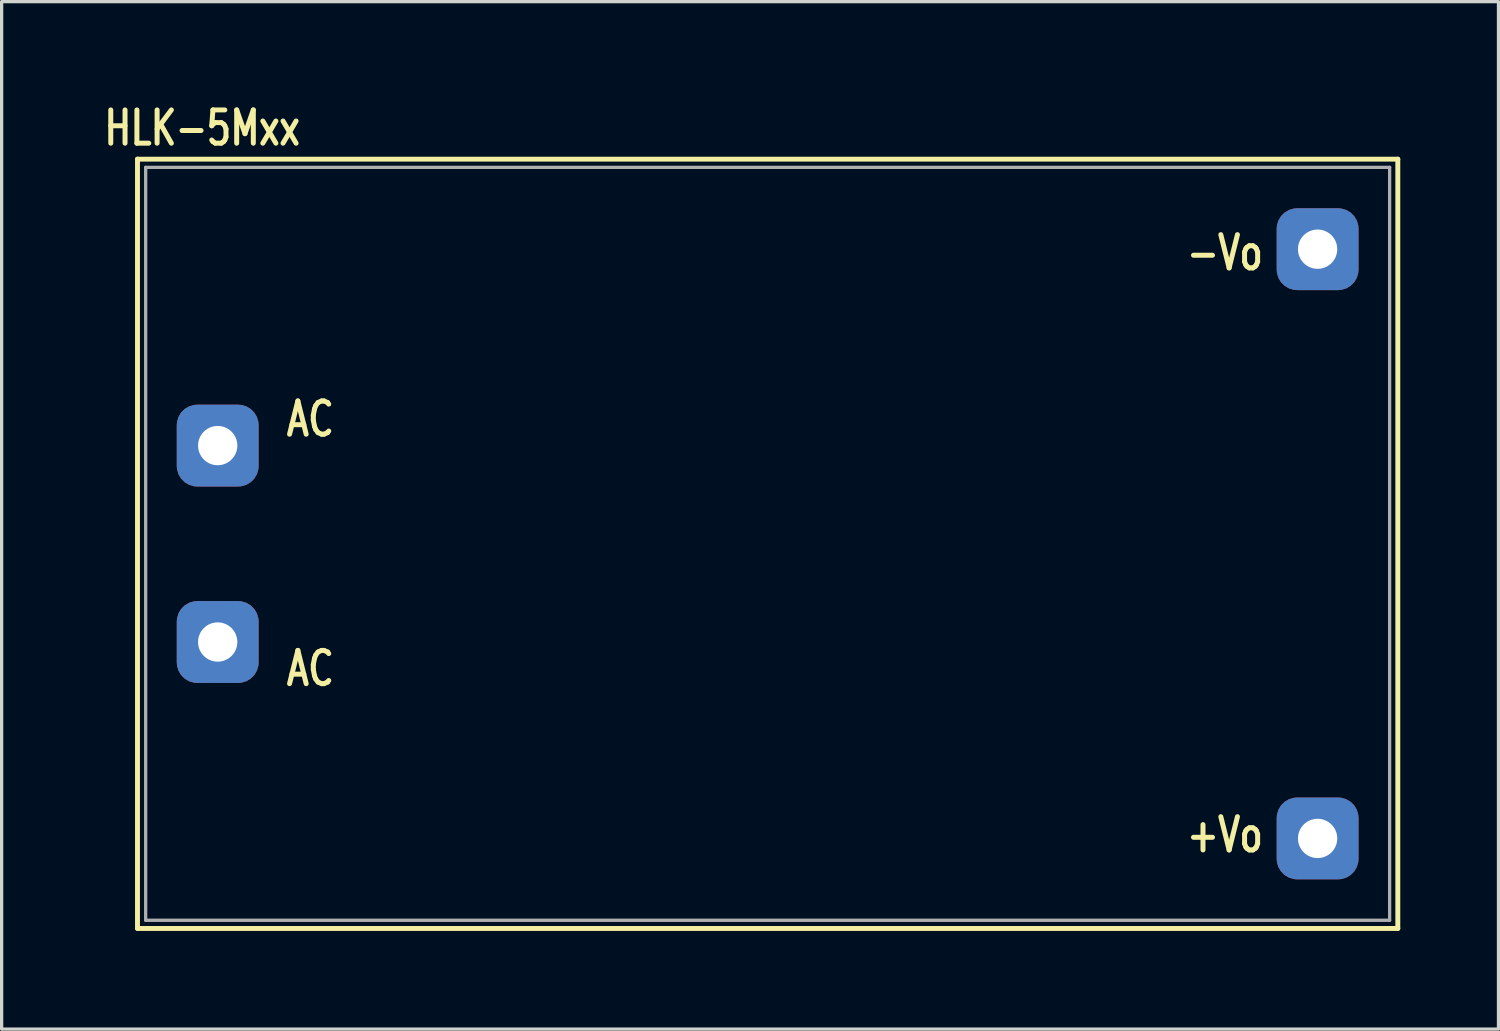
<source format=kicad_pcb>
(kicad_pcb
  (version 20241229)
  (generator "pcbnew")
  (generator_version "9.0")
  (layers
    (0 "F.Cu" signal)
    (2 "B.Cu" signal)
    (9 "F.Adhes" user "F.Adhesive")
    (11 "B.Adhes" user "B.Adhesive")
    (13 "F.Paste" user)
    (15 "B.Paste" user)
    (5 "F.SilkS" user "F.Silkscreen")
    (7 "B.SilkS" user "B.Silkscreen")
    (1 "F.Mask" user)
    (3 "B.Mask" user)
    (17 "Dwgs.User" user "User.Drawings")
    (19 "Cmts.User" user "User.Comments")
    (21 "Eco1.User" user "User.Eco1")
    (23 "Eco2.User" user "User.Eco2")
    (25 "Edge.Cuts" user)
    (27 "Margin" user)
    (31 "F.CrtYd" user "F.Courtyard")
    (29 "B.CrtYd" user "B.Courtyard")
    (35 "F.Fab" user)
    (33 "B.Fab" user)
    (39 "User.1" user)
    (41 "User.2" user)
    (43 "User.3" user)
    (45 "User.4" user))
  (footprint "HLK-5Mxx"
    (layer "F.Cu")
    (at 20.4 13.562)
    (property "Reference" "HLK-5Mxx" (at -17.272 -12.7 0) (layer "F.SilkS") (effects (font (size 1.016 0.762) (thickness 0.152))))
    (attr through_hole)
    (fp_line (start -19.25 -11.75) (end 19.25 -11.75) (stroke (width 0.15) (type solid)) (layer "F.SilkS"))
    (fp_line (start -19.25 11.75) (end -19.25 -11.75) (stroke (width 0.15) (type solid)) (layer "F.SilkS"))
    (fp_line (start 19.25 -11.75) (end 19.25 11.75) (stroke (width 0.15) (type solid)) (layer "F.SilkS"))
    (fp_line (start 19.25 11.75) (end -19.25 11.75) (stroke (width 0.15) (type solid)) (layer "F.SilkS"))
    (fp_line (start -19 -11.5) (end 19 -11.5) (stroke (width 0.1) (type solid)) (layer "F.Fab"))
    (fp_line (start -19 11.5) (end -19 -11.5) (stroke (width 0.1) (type solid)) (layer "F.Fab"))
    (fp_line (start 19 -11.5) (end 19 11.5) (stroke (width 0.1) (type solid)) (layer "F.Fab"))
    (fp_line (start 19 11.5) (end -19 11.5) (stroke (width 0.1) (type solid)) (layer "F.Fab"))
    (fp_text user "AC" (at -13.97 -3.81 0) (layer "F.SilkS") (effects (font (size 1.016 0.762) (thickness 0.152))))
    (fp_text user "+Vo" (at 13.97 8.89 0) (layer "F.SilkS") (effects (font (size 1.016 0.762) (thickness 0.152))))
    (fp_text user "AC" (at -13.97 3.81 0) (layer "F.SilkS") (effects (font (size 1.016 0.762) (thickness 0.152))))
    (fp_text user "-Vo" (at 13.97 -8.89 0) (layer "F.SilkS") (effects (font (size 1.016 0.762) (thickness 0.152))))
    (pad "1" thru_hole roundrect (at -16.8 -3) (size 2.5 2.5) (drill 1.2) (layers "*.Cu" "*.Mask") (roundrect_rratio 0.25))
    (pad "2" thru_hole roundrect (at -16.8 3) (size 2.5 2.5) (drill 1.2) (layers "*.Cu" "*.Mask") (roundrect_rratio 0.25))
    (pad "3" thru_hole roundrect (at 16.8 -9) (size 2.5 2.5) (drill 1.2) (layers "*.Cu" "*.Mask") (roundrect_rratio 0.25))
    (pad "4" thru_hole roundrect (at 16.8 9) (size 2.5 2.5) (drill 1.2) (layers "*.Cu" "*.Mask") (roundrect_rratio 0.25)))
  (gr_rect
    (start -3 -3)
    (end 42.725 28.387)
    (stroke (width 0.1) (type default))
    (fill no)
    (layer "Edge.Cuts")))
</source>
